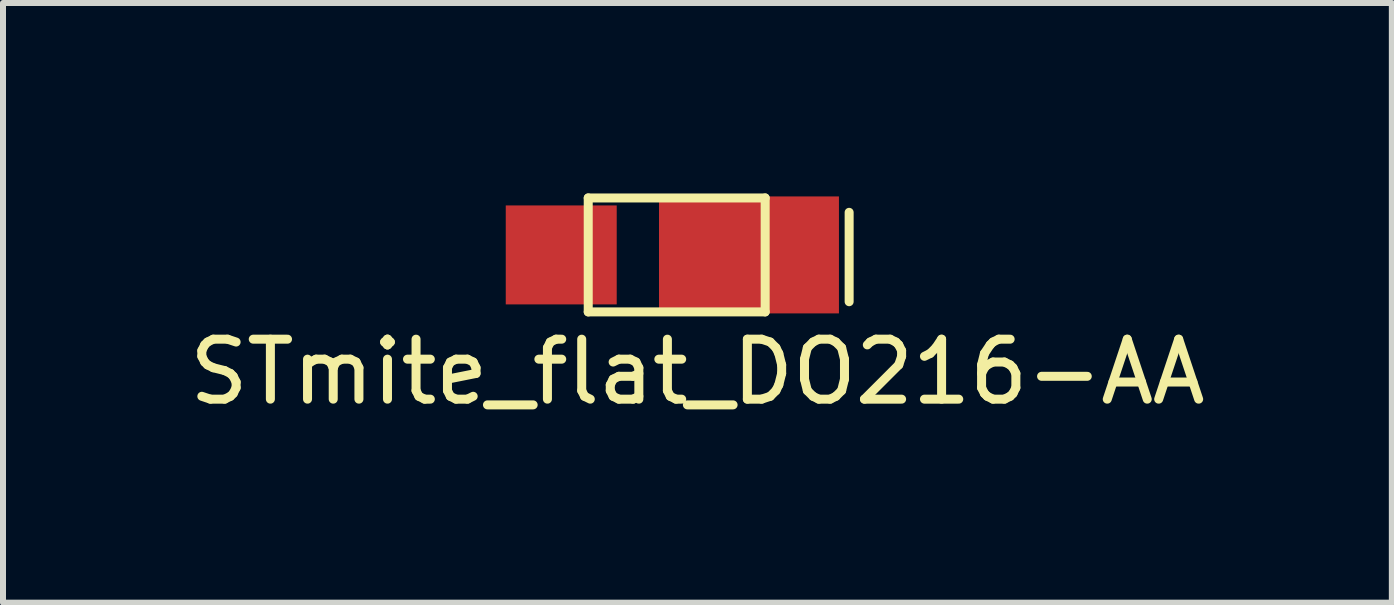
<source format=kicad_pcb>
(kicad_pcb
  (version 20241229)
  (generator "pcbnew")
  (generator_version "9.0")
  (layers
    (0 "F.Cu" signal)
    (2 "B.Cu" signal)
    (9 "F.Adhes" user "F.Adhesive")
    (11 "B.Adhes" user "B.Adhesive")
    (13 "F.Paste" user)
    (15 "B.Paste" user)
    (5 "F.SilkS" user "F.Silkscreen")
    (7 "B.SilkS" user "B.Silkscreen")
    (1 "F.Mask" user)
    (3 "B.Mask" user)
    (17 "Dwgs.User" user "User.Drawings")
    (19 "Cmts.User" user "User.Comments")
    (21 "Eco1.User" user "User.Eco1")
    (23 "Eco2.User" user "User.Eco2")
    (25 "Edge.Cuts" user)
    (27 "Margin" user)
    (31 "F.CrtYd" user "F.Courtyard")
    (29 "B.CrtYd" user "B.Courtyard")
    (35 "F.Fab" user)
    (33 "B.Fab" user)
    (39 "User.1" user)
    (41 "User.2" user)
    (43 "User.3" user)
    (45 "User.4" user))
  (footprint "STmite_flat_DO216-AA"
    (layer "F.Cu")
    (at 6.757 0.25)
    (property "Reference" "STmite_flat_DO216-AA" (at 1.82 2.9 0) (layer "F.SilkS") (effects (font (size 1 1) (thickness 0.15))))
    (attr through_hole)
    (fp_line (start 0 0) (end 0 1.9) (stroke (width 0.15) (type solid)) (layer "F.SilkS"))
    (fp_line (start 0 1.9) (end 2.95 1.9) (stroke (width 0.15) (type solid)) (layer "F.SilkS"))
    (fp_line (start 2.95 0) (end 0 0) (stroke (width 0.15) (type solid)) (layer "F.SilkS"))
    (fp_line (start 2.95 1.9) (end 2.95 0) (stroke (width 0.15) (type solid)) (layer "F.SilkS"))
    (fp_line (start 4.35 0.24) (end 4.35 1.73) (stroke (width 0.15) (type solid)) (layer "F.SilkS"))
    (pad "1" smd rect (at -0.45 0.95) (size 1.85 1.65) (layers "F.Cu" "F.Mask" "F.Paste"))
    (pad "2" smd rect (at 2.68 0.95) (size 3 1.95) (layers "F.Cu" "F.Mask" "F.Paste")))
  (gr_rect
    (start -3 -3)
    (end 20.155 6.998)
    (stroke (width 0.1) (type default))
    (fill no)
    (layer "Edge.Cuts")))
</source>
